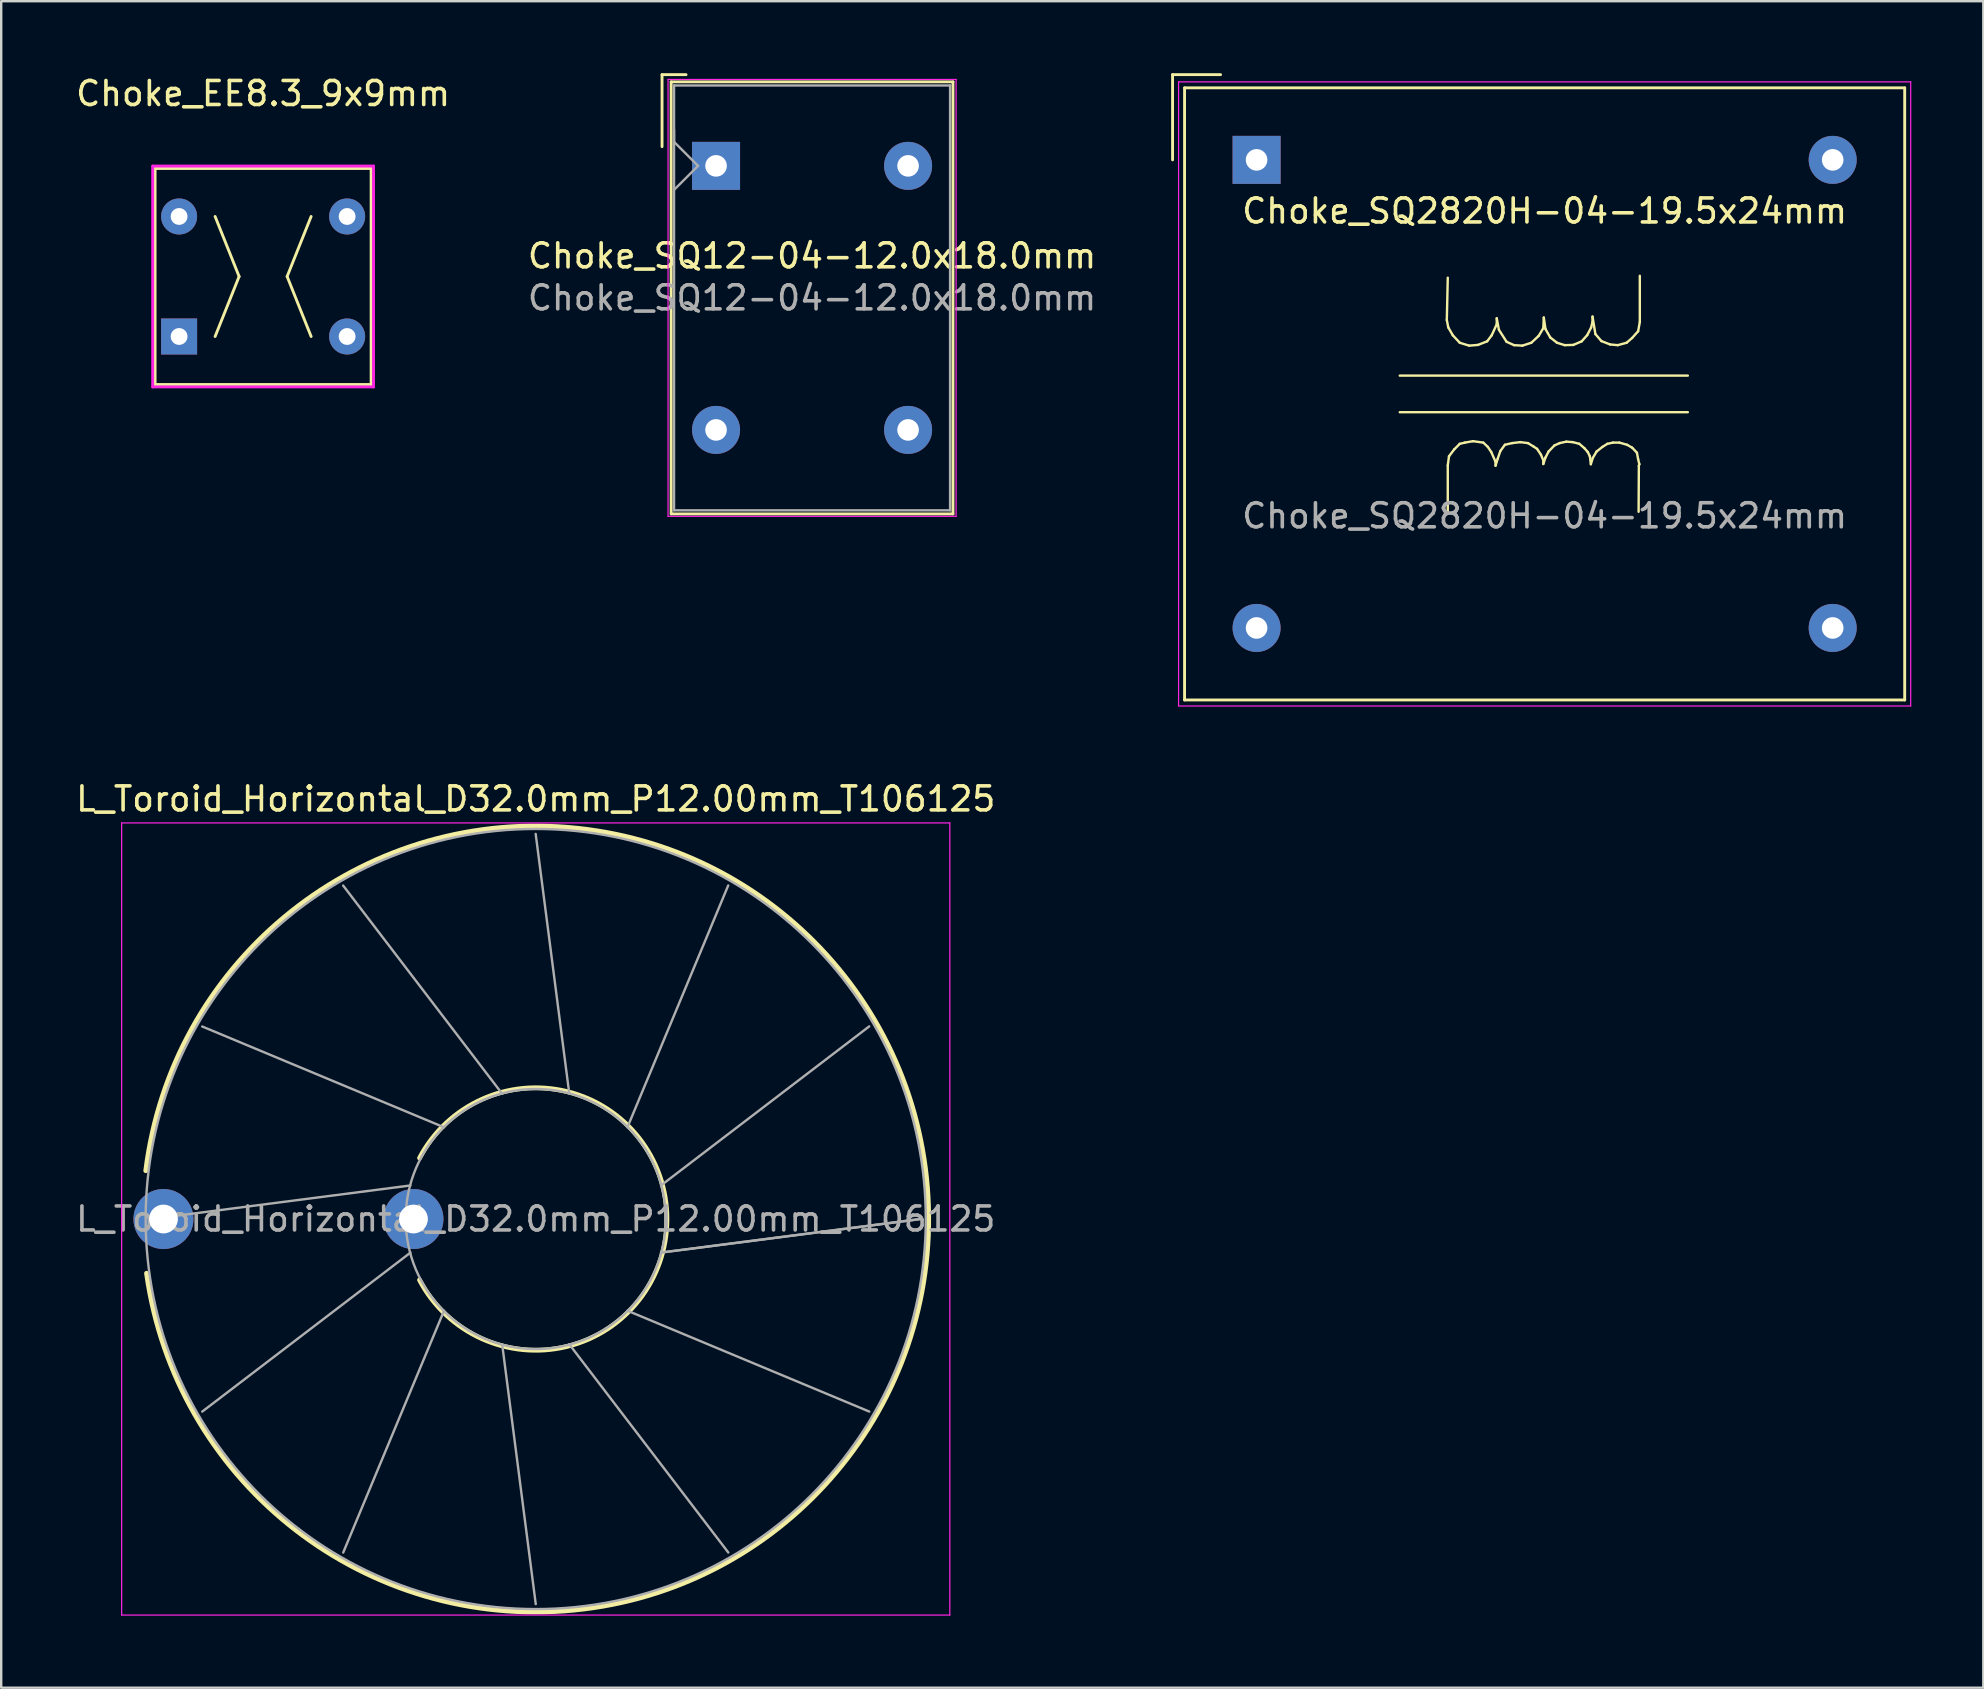
<source format=kicad_pcb>
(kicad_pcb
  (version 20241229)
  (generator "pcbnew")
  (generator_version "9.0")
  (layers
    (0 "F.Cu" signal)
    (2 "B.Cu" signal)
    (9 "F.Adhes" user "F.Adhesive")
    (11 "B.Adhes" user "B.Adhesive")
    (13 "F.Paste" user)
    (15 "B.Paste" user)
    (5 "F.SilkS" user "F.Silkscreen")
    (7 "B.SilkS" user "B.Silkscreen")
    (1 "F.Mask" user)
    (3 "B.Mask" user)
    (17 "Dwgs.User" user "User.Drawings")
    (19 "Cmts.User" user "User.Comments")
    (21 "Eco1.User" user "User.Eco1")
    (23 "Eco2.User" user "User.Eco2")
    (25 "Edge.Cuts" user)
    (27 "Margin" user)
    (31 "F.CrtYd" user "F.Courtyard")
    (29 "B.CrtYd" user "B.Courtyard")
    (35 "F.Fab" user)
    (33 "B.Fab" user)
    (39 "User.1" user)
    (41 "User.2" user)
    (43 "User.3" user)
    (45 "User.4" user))
  (footprint "L_Toroid_Horizontal_D32.0mm_P12.00mm_T106125"
    (layer "F.Cu")
    (at 4.268 47.733)
    (property "Reference" "L_Toroid_Horizontal_D32.0mm_P12.00mm_T106125" (at 15 -17.5 0) (layer "F.SilkS") (effects (font (size 1 1) (thickness 0.15))))
    (attr through_hole)
    (fp_arc (start -1.245723 -2.013304) (mid 31.369527 -0.124412) (end -1.213245 2.26) (stroke (width 0.2) (type solid)) (layer "F.SilkS"))
    (fp_arc (start 10.160871 -2.541657) (mid 20.466003 0.000936) (end 10.160001 2.539999) (stroke (width 0.2) (type solid)) (layer "F.SilkS"))
    (fp_line (start -2.25 -16.5) (end -2.25 16.5) (stroke (width 0.05) (type solid)) (layer "F.CrtYd"))
    (fp_line (start -2.25 16.5) (end 32.25 16.5) (stroke (width 0.05) (type solid)) (layer "F.CrtYd"))
    (fp_line (start 32.25 -16.5) (end -2.25 -16.5) (stroke (width 0.05) (type solid)) (layer "F.CrtYd"))
    (fp_line (start 32.25 16.5) (end 32.25 -16.5) (stroke (width 0.05) (type solid)) (layer "F.CrtYd"))
    (fp_line (start -1.043 0.001) (end 9.781 -1.398) (stroke (width 0.1) (type solid)) (layer "F.Fab"))
    (fp_line (start 1.106 -8.02) (end 11.179 -3.82) (stroke (width 0.1) (type solid)) (layer "F.Fab"))
    (fp_line (start 1.107 8.022) (end 9.782 1.399) (stroke (width 0.1) (type solid)) (layer "F.Fab"))
    (fp_line (start 6.977 -13.892) (end 13.601 -5.218) (stroke (width 0.1) (type solid)) (layer "F.Fab"))
    (fp_line (start 6.98 13.894) (end 11.18 3.82) (stroke (width 0.1) (type solid)) (layer "F.Fab"))
    (fp_line (start 14.998 -16.043) (end 16.398 -5.219) (stroke (width 0.1) (type solid)) (layer "F.Fab"))
    (fp_line (start 15.001 16.043) (end 13.602 5.219) (stroke (width 0.1) (type solid)) (layer "F.Fab"))
    (fp_line (start 23.019 -13.895) (end 18.82 -3.821) (stroke (width 0.1) (type solid)) (layer "F.Fab"))
    (fp_line (start 23.022 13.893) (end 16.398 5.218) (stroke (width 0.1) (type solid)) (layer "F.Fab"))
    (fp_line (start 28.892 -8.024) (end 20.218 -1.399) (stroke (width 0.1) (type solid)) (layer "F.Fab"))
    (fp_line (start 28.893 8.021) (end 18.82 3.82) (stroke (width 0.1) (type solid)) (layer "F.Fab"))
    (fp_line (start 31.043 -0.003) (end 20.219 1.397) (stroke (width 0.1) (type solid)) (layer "F.Fab"))
    (fp_line (start 31.043 0) (end 20.219 1.398) (stroke (width 0.1) (type solid)) (layer "F.Fab"))
    (fp_circle (center 15 0) (end 20.417 0) (stroke (width 0.1) (type solid)) (fill no) (layer "F.Fab"))
    (fp_circle (center 15 0) (end 31.25 0) (stroke (width 0.1) (type solid)) (fill no) (layer "F.Fab"))
    (fp_text user "${REFERENCE}" (at 15 0 0) (layer "F.Fab") (effects (font (size 1 1) (thickness 0.15))))
    (pad "1" thru_hole circle (at -0.508 0) (size 2.5 2.5) (drill 1.2) (layers "*.Cu" "*.Mask"))
    (pad "2" thru_hole circle (at 9.906 0) (size 2.5 2.5) (drill 1.2) (layers "*.Cu" "*.Mask")))
  (footprint "Choke_SQ12-04-12.0x18.0mm"
    (layer "F.Cu")
    (at 30.78 9.36)
    (property "Reference" "Choke_SQ12-04-12.0x18.0mm" (at 0 -1.75 0) (layer "F.SilkS") (effects (font (size 1 1) (thickness 0.15))))
    (attr through_hole)
    (fp_line (start -6.25 -9.3) (end -6.25 -6.3) (stroke (width 0.12) (type solid)) (layer "F.SilkS"))
    (fp_line (start -6.25 -9.3) (end -5.25 -9.3) (stroke (width 0.12) (type solid)) (layer "F.SilkS"))
    (fp_line (start -5.87 9) (end -5.87 -9) (stroke (width 0.12) (type solid)) (layer "F.SilkS"))
    (fp_line (start 5.87 -9) (end -5.87 -9) (stroke (width 0.12) (type solid)) (layer "F.SilkS"))
    (fp_line (start 5.87 -9) (end 5.87 9) (stroke (width 0.12) (type solid)) (layer "F.SilkS"))
    (fp_line (start 5.87 9) (end -5.87 9) (stroke (width 0.12) (type solid)) (layer "F.SilkS"))
    (fp_line (start -6 -9.1) (end -6 9.1) (stroke (width 0.05) (type solid)) (layer "F.CrtYd"))
    (fp_line (start -6 -9.1) (end 6 -9.1) (stroke (width 0.05) (type solid)) (layer "F.CrtYd"))
    (fp_line (start -6 9.1) (end 6 9.1) (stroke (width 0.05) (type solid)) (layer "F.CrtYd"))
    (fp_line (start 6 9.1) (end 6 -9.1) (stroke (width 0.05) (type solid)) (layer "F.CrtYd"))
    (fp_line (start -5.75 -8.85) (end 5.75 -8.85) (stroke (width 0.1) (type solid)) (layer "F.Fab"))
    (fp_line (start -5.75 -6.5) (end -5.75 -7) (stroke (width 0.1) (type solid)) (layer "F.Fab"))
    (fp_line (start -5.75 -4.5) (end -4.75 -5.5) (stroke (width 0.1) (type solid)) (layer "F.Fab"))
    (fp_line (start -5.75 8.85) (end -5.75 -8.85) (stroke (width 0.1) (type solid)) (layer "F.Fab"))
    (fp_line (start -5.75 8.85) (end 5.75 8.85) (stroke (width 0.1) (type solid)) (layer "F.Fab"))
    (fp_line (start -4.75 -5.5) (end -5.75 -6.5) (stroke (width 0.1) (type solid)) (layer "F.Fab"))
    (fp_line (start 5.75 -8.85) (end 5.75 8.85) (stroke (width 0.1) (type solid)) (layer "F.Fab"))
    (fp_text user "${REFERENCE}" (at 0 0 0) (layer "F.Fab") (effects (font (size 1 1) (thickness 0.15))))
    (pad "1" thru_hole rect (at -4 -5.5) (size 2 2) (drill 0.9) (layers "*.Cu" "*.Mask"))
    (pad "2" thru_hole circle (at -4 5.5) (size 2 2) (drill 0.9) (layers "*.Cu" "*.Mask"))
    (pad "3" thru_hole circle (at 4 5.5) (size 2 2) (drill 0.9) (layers "*.Cu" "*.Mask"))
    (pad "4" thru_hole circle (at 4 -5.5) (size 2 2) (drill 0.9) (layers "*.Cu" "*.Mask")))
  (footprint "Choke_SQ2820H-04-19.5x24mm"
    (layer "F.Cu")
    (at 61.298 13.36)
    (property "Reference" "Choke_SQ2820H-04-19.5x24mm" (at 0 -7.62 0) (layer "F.SilkS") (effects (font (size 1 1) (thickness 0.15))))
    (attr through_hole)
    (fp_line (start -15.5 -13.3) (end -15.5 -9.75) (stroke (width 0.12) (type solid)) (layer "F.SilkS"))
    (fp_line (start -15.5 -13.3) (end -13.5 -13.3) (stroke (width 0.12) (type solid)) (layer "F.SilkS"))
    (fp_line (start -15 12.75) (end -15 -12.75) (stroke (width 0.12) (type solid)) (layer "F.SilkS"))
    (fp_line (start -6.035 -0.762) (end 5.965 -0.762) (stroke (width 0.1) (type solid)) (layer "F.SilkS"))
    (fp_line (start -6.035 0.762) (end 5.965 0.762) (stroke (width 0.1) (type solid)) (layer "F.SilkS"))
    (fp_line (start -4.075 -3.081) (end -4.015 -2.771) (stroke (width 0.1) (type solid)) (layer "F.SilkS"))
    (fp_line (start -4.035 -4.841) (end -4.075 -3.081) (stroke (width 0.1) (type solid)) (layer "F.SilkS"))
    (fp_line (start -4.035 2.979) (end -3.985 2.599) (stroke (width 0.1) (type solid)) (layer "F.SilkS"))
    (fp_line (start -4.035 4.979) (end -4.035 2.979) (stroke (width 0.1) (type solid)) (layer "F.SilkS"))
    (fp_line (start -4.015 -2.771) (end -3.825 -2.441) (stroke (width 0.1) (type solid)) (layer "F.SilkS"))
    (fp_line (start -3.985 2.599) (end -3.765 2.309) (stroke (width 0.1) (type solid)) (layer "F.SilkS"))
    (fp_line (start -3.825 -2.441) (end -3.535 -2.131) (stroke (width 0.1) (type solid)) (layer "F.SilkS"))
    (fp_line (start -3.765 2.309) (end -3.535 2.079) (stroke (width 0.1) (type solid)) (layer "F.SilkS"))
    (fp_line (start -3.535 -2.131) (end -3.145 -2.011) (stroke (width 0.1) (type solid)) (layer "F.SilkS"))
    (fp_line (start -3.535 2.079) (end -3.325 2.029) (stroke (width 0.1) (type solid)) (layer "F.SilkS"))
    (fp_line (start -3.325 2.029) (end -2.985 1.969) (stroke (width 0.1) (type solid)) (layer "F.SilkS"))
    (fp_line (start -3.145 -2.011) (end -2.775 -2.041) (stroke (width 0.1) (type solid)) (layer "F.SilkS"))
    (fp_line (start -2.985 1.969) (end -2.555 2.029) (stroke (width 0.1) (type solid)) (layer "F.SilkS"))
    (fp_line (start -2.775 -2.041) (end -2.395 -2.191) (stroke (width 0.1) (type solid)) (layer "F.SilkS"))
    (fp_line (start -2.555 2.029) (end -2.365 2.209) (stroke (width 0.1) (type solid)) (layer "F.SilkS"))
    (fp_line (start -2.395 -2.191) (end -2.205 -2.441) (stroke (width 0.1) (type solid)) (layer "F.SilkS"))
    (fp_line (start -2.365 2.209) (end -2.225 2.419) (stroke (width 0.1) (type solid)) (layer "F.SilkS"))
    (fp_line (start -2.225 2.419) (end -2.045 2.829) (stroke (width 0.1) (type solid)) (layer "F.SilkS"))
    (fp_line (start -2.205 -2.441) (end -1.995 -2.901) (stroke (width 0.1) (type solid)) (layer "F.SilkS"))
    (fp_line (start -2.045 2.829) (end -2.045 2.989) (stroke (width 0.1) (type solid)) (layer "F.SilkS"))
    (fp_line (start -2.045 2.989) (end -1.955 2.699) (stroke (width 0.1) (type solid)) (layer "F.SilkS"))
    (fp_line (start -1.995 -3.151) (end -1.905 -2.671) (stroke (width 0.1) (type solid)) (layer "F.SilkS"))
    (fp_line (start -1.995 -2.901) (end -1.995 -3.151) (stroke (width 0.1) (type solid)) (layer "F.SilkS"))
    (fp_line (start -1.955 2.699) (end -1.845 2.379) (stroke (width 0.1) (type solid)) (layer "F.SilkS"))
    (fp_line (start -1.905 -2.671) (end -1.585 -2.171) (stroke (width 0.1) (type solid)) (layer "F.SilkS"))
    (fp_line (start -1.845 2.379) (end -1.655 2.119) (stroke (width 0.1) (type solid)) (layer "F.SilkS"))
    (fp_line (start -1.655 2.119) (end -1.355 2.049) (stroke (width 0.1) (type solid)) (layer "F.SilkS"))
    (fp_line (start -1.585 -2.171) (end -1.275 -2.031) (stroke (width 0.1) (type solid)) (layer "F.SilkS"))
    (fp_line (start -1.355 2.049) (end -1.015 2.009) (stroke (width 0.1) (type solid)) (layer "F.SilkS"))
    (fp_line (start -1.275 -2.031) (end -0.925 -2.011) (stroke (width 0.1) (type solid)) (layer "F.SilkS"))
    (fp_line (start -1.015 2.009) (end -0.695 2.049) (stroke (width 0.1) (type solid)) (layer "F.SilkS"))
    (fp_line (start -0.925 -2.011) (end -0.555 -2.131) (stroke (width 0.1) (type solid)) (layer "F.SilkS"))
    (fp_line (start -0.695 2.049) (end -0.465 2.189) (stroke (width 0.1) (type solid)) (layer "F.SilkS"))
    (fp_line (start -0.555 -2.131) (end -0.245 -2.421) (stroke (width 0.1) (type solid)) (layer "F.SilkS"))
    (fp_line (start -0.465 2.189) (end -0.315 2.289) (stroke (width 0.1) (type solid)) (layer "F.SilkS"))
    (fp_line (start -0.315 2.289) (end -0.155 2.529) (stroke (width 0.1) (type solid)) (layer "F.SilkS"))
    (fp_line (start -0.245 -2.421) (end -0.055 -2.741) (stroke (width 0.1) (type solid)) (layer "F.SilkS"))
    (fp_line (start -0.155 2.529) (end -0.055 2.769) (stroke (width 0.1) (type solid)) (layer "F.SilkS"))
    (fp_line (start -0.055 -2.741) (end -0.035 -3.181) (stroke (width 0.1) (type solid)) (layer "F.SilkS"))
    (fp_line (start -0.055 2.769) (end -0.055 2.919) (stroke (width 0.1) (type solid)) (layer "F.SilkS"))
    (fp_line (start -0.055 2.919) (end 0.035 2.649) (stroke (width 0.1) (type solid)) (layer "F.SilkS"))
    (fp_line (start -0.035 -3.181) (end 0.035 -2.701) (stroke (width 0.1) (type solid)) (layer "F.SilkS"))
    (fp_line (start 0.035 -2.701) (end 0.235 -2.351) (stroke (width 0.1) (type solid)) (layer "F.SilkS"))
    (fp_line (start 0.035 2.649) (end 0.165 2.399) (stroke (width 0.1) (type solid)) (layer "F.SilkS"))
    (fp_line (start 0.165 2.399) (end 0.405 2.149) (stroke (width 0.1) (type solid)) (layer "F.SilkS"))
    (fp_line (start 0.235 -2.351) (end 0.515 -2.131) (stroke (width 0.1) (type solid)) (layer "F.SilkS"))
    (fp_line (start 0.405 2.149) (end 0.625 2.049) (stroke (width 0.1) (type solid)) (layer "F.SilkS"))
    (fp_line (start 0.515 -2.131) (end 0.835 -2.031) (stroke (width 0.1) (type solid)) (layer "F.SilkS"))
    (fp_line (start 0.625 2.049) (end 0.905 1.989) (stroke (width 0.1) (type solid)) (layer "F.SilkS"))
    (fp_line (start 0.835 -2.031) (end 1.195 -2.041) (stroke (width 0.1) (type solid)) (layer "F.SilkS"))
    (fp_line (start 0.905 1.989) (end 1.175 2.009) (stroke (width 0.1) (type solid)) (layer "F.SilkS"))
    (fp_line (start 1.175 2.009) (end 1.445 2.079) (stroke (width 0.1) (type solid)) (layer "F.SilkS"))
    (fp_line (start 1.195 -2.041) (end 1.545 -2.191) (stroke (width 0.1) (type solid)) (layer "F.SilkS"))
    (fp_line (start 1.445 2.079) (end 1.655 2.259) (stroke (width 0.1) (type solid)) (layer "F.SilkS"))
    (fp_line (start 1.545 -2.191) (end 1.775 -2.451) (stroke (width 0.1) (type solid)) (layer "F.SilkS"))
    (fp_line (start 1.655 2.259) (end 1.795 2.419) (stroke (width 0.1) (type solid)) (layer "F.SilkS"))
    (fp_line (start 1.775 -2.451) (end 1.935 -2.761) (stroke (width 0.1) (type solid)) (layer "F.SilkS"))
    (fp_line (start 1.795 2.419) (end 1.885 2.599) (stroke (width 0.1) (type solid)) (layer "F.SilkS"))
    (fp_line (start 1.885 2.599) (end 1.925 2.929) (stroke (width 0.1) (type solid)) (layer "F.SilkS"))
    (fp_line (start 1.925 2.929) (end 2.005 2.669) (stroke (width 0.1) (type solid)) (layer "F.SilkS"))
    (fp_line (start 1.935 -2.761) (end 1.995 -3.001) (stroke (width 0.1) (type solid)) (layer "F.SilkS"))
    (fp_line (start 1.995 -3.221) (end 2.115 -2.491) (stroke (width 0.1) (type solid)) (layer "F.SilkS"))
    (fp_line (start 1.995 -3.001) (end 1.995 -3.221) (stroke (width 0.1) (type solid)) (layer "F.SilkS"))
    (fp_line (start 2.005 2.669) (end 2.165 2.399) (stroke (width 0.1) (type solid)) (layer "F.SilkS"))
    (fp_line (start 2.115 -2.491) (end 2.365 -2.201) (stroke (width 0.1) (type solid)) (layer "F.SilkS"))
    (fp_line (start 2.165 2.399) (end 2.405 2.209) (stroke (width 0.1) (type solid)) (layer "F.SilkS"))
    (fp_line (start 2.365 -2.201) (end 2.725 -2.061) (stroke (width 0.1) (type solid)) (layer "F.SilkS"))
    (fp_line (start 2.405 2.209) (end 2.615 2.079) (stroke (width 0.1) (type solid)) (layer "F.SilkS"))
    (fp_line (start 2.615 2.079) (end 2.845 2.029) (stroke (width 0.1) (type solid)) (layer "F.SilkS"))
    (fp_line (start 2.725 -2.061) (end 3.045 -2.031) (stroke (width 0.1) (type solid)) (layer "F.SilkS"))
    (fp_line (start 2.845 2.029) (end 3.115 2.029) (stroke (width 0.1) (type solid)) (layer "F.SilkS"))
    (fp_line (start 3.045 -2.031) (end 3.415 -2.131) (stroke (width 0.1) (type solid)) (layer "F.SilkS"))
    (fp_line (start 3.115 2.029) (end 3.435 2.119) (stroke (width 0.1) (type solid)) (layer "F.SilkS"))
    (fp_line (start 3.415 -2.131) (end 3.645 -2.331) (stroke (width 0.1) (type solid)) (layer "F.SilkS"))
    (fp_line (start 3.435 2.119) (end 3.645 2.239) (stroke (width 0.1) (type solid)) (layer "F.SilkS"))
    (fp_line (start 3.645 -2.331) (end 3.895 -2.611) (stroke (width 0.1) (type solid)) (layer "F.SilkS"))
    (fp_line (start 3.645 2.239) (end 3.845 2.449) (stroke (width 0.1) (type solid)) (layer "F.SilkS"))
    (fp_line (start 3.845 2.449) (end 3.895 2.719) (stroke (width 0.1) (type solid)) (layer "F.SilkS"))
    (fp_line (start 3.895 -2.611) (end 3.965 -2.991) (stroke (width 0.1) (type solid)) (layer "F.SilkS"))
    (fp_line (start 3.895 2.719) (end 3.945 2.929) (stroke (width 0.1) (type solid)) (layer "F.SilkS"))
    (fp_line (start 3.925 2.989) (end 3.915 4.909) (stroke (width 0.1) (type solid)) (layer "F.SilkS"))
    (fp_line (start 3.945 2.929) (end 3.925 2.989) (stroke (width 0.1) (type solid)) (layer "F.SilkS"))
    (fp_line (start 3.965 -2.991) (end 3.965 -4.921) (stroke (width 0.1) (type solid)) (layer "F.SilkS"))
    (fp_line (start 15 -12.75) (end -15 -12.75) (stroke (width 0.12) (type solid)) (layer "F.SilkS"))
    (fp_line (start 15 -12.75) (end 15 12.75) (stroke (width 0.12) (type solid)) (layer "F.SilkS"))
    (fp_line (start 15 12.75) (end -15 12.75) (stroke (width 0.12) (type solid)) (layer "F.SilkS"))
    (fp_line (start -15.25 -13) (end -15.25 13) (stroke (width 0.05) (type solid)) (layer "F.CrtYd"))
    (fp_line (start -15.25 -13) (end 15.25 -13) (stroke (width 0.05) (type solid)) (layer "F.CrtYd"))
    (fp_line (start -15.25 13) (end 15.25 13) (stroke (width 0.05) (type solid)) (layer "F.CrtYd"))
    (fp_line (start 15.25 13) (end 15.25 -13) (stroke (width 0.05) (type solid)) (layer "F.CrtYd"))
    (fp_text user "${REFERENCE}" (at 0 5.08 0) (layer "F.Fab") (effects (font (size 1 1) (thickness 0.15))))
    (pad "1" thru_hole rect (at -12 -9.75) (size 2 2) (drill 0.9) (layers "*.Cu" "*.Mask"))
    (pad "2" thru_hole circle (at 12 -9.75) (size 2 2) (drill 0.9) (layers "*.Cu" "*.Mask"))
    (pad "3" thru_hole circle (at -12 9.75) (size 2 2) (drill 0.9) (layers "*.Cu" "*.Mask"))
    (pad "4" thru_hole circle (at 12 9.75) (size 2 2) (drill 0.9) (layers "*.Cu" "*.Mask")))
  (footprint "Choke_EE8.3_9x9mm"
    (layer "F.Cu")
    (at 7.911 8.468)
    (property "Reference" "Choke_EE8.3_9x9mm" (at 0 -7.62 0) (layer "F.SilkS") (effects (font (size 1 1) (thickness 0.15))))
    (attr through_hole)
    (fp_line (start -4.5 -4.5) (end 4.5 -4.5) (stroke (width 0.12) (type solid)) (layer "F.SilkS"))
    (fp_line (start -4.5 4.5) (end -4.5 -4.5) (stroke (width 0.12) (type solid)) (layer "F.SilkS"))
    (fp_line (start -4.5 4.5) (end 4.5 4.5) (stroke (width 0.12) (type solid)) (layer "F.SilkS"))
    (fp_line (start -2 -2.5) (end -1 0) (stroke (width 0.12) (type solid)) (layer "F.SilkS"))
    (fp_line (start -1 0) (end -2 2.5) (stroke (width 0.12) (type solid)) (layer "F.SilkS"))
    (fp_line (start 1 0) (end 2 -2.5) (stroke (width 0.12) (type solid)) (layer "F.SilkS"))
    (fp_line (start 1 0) (end 2 2.5) (stroke (width 0.12) (type solid)) (layer "F.SilkS"))
    (fp_line (start 4.5 4.5) (end 4.5 -4.5) (stroke (width 0.12) (type solid)) (layer "F.SilkS"))
    (fp_line (start -4.6 -4.6) (end -4.6 4.6) (stroke (width 0.12) (type solid)) (layer "F.CrtYd"))
    (fp_line (start -4.6 4.6) (end 4.6 4.6) (stroke (width 0.12) (type solid)) (layer "F.CrtYd"))
    (fp_line (start 4.6 -4.6) (end -4.6 -4.6) (stroke (width 0.12) (type solid)) (layer "F.CrtYd"))
    (fp_line (start 4.6 4.6) (end 4.6 -4.6) (stroke (width 0.12) (type solid)) (layer "F.CrtYd"))
    (pad "1" thru_hole rect (at -3.5 2.5) (size 1.5 1.5) (drill 0.7) (layers "*.Cu" "*.Mask"))
    (pad "2" thru_hole circle (at -3.5 -2.5) (size 1.5 1.5) (drill 0.7) (layers "*.Cu" "*.Mask"))
    (pad "3" thru_hole circle (at 3.5 2.5) (size 1.5 1.5) (drill 0.7) (layers "*.Cu" "*.Mask"))
    (pad "4" thru_hole circle (at 3.5 -2.5) (size 1.5 1.5) (drill 0.7) (layers "*.Cu" "*.Mask")))
  (gr_rect
    (start -3 -3)
    (end 79.573 67.258)
    (stroke (width 0.1) (type default))
    (fill no)
    (layer "Edge.Cuts")))
</source>
